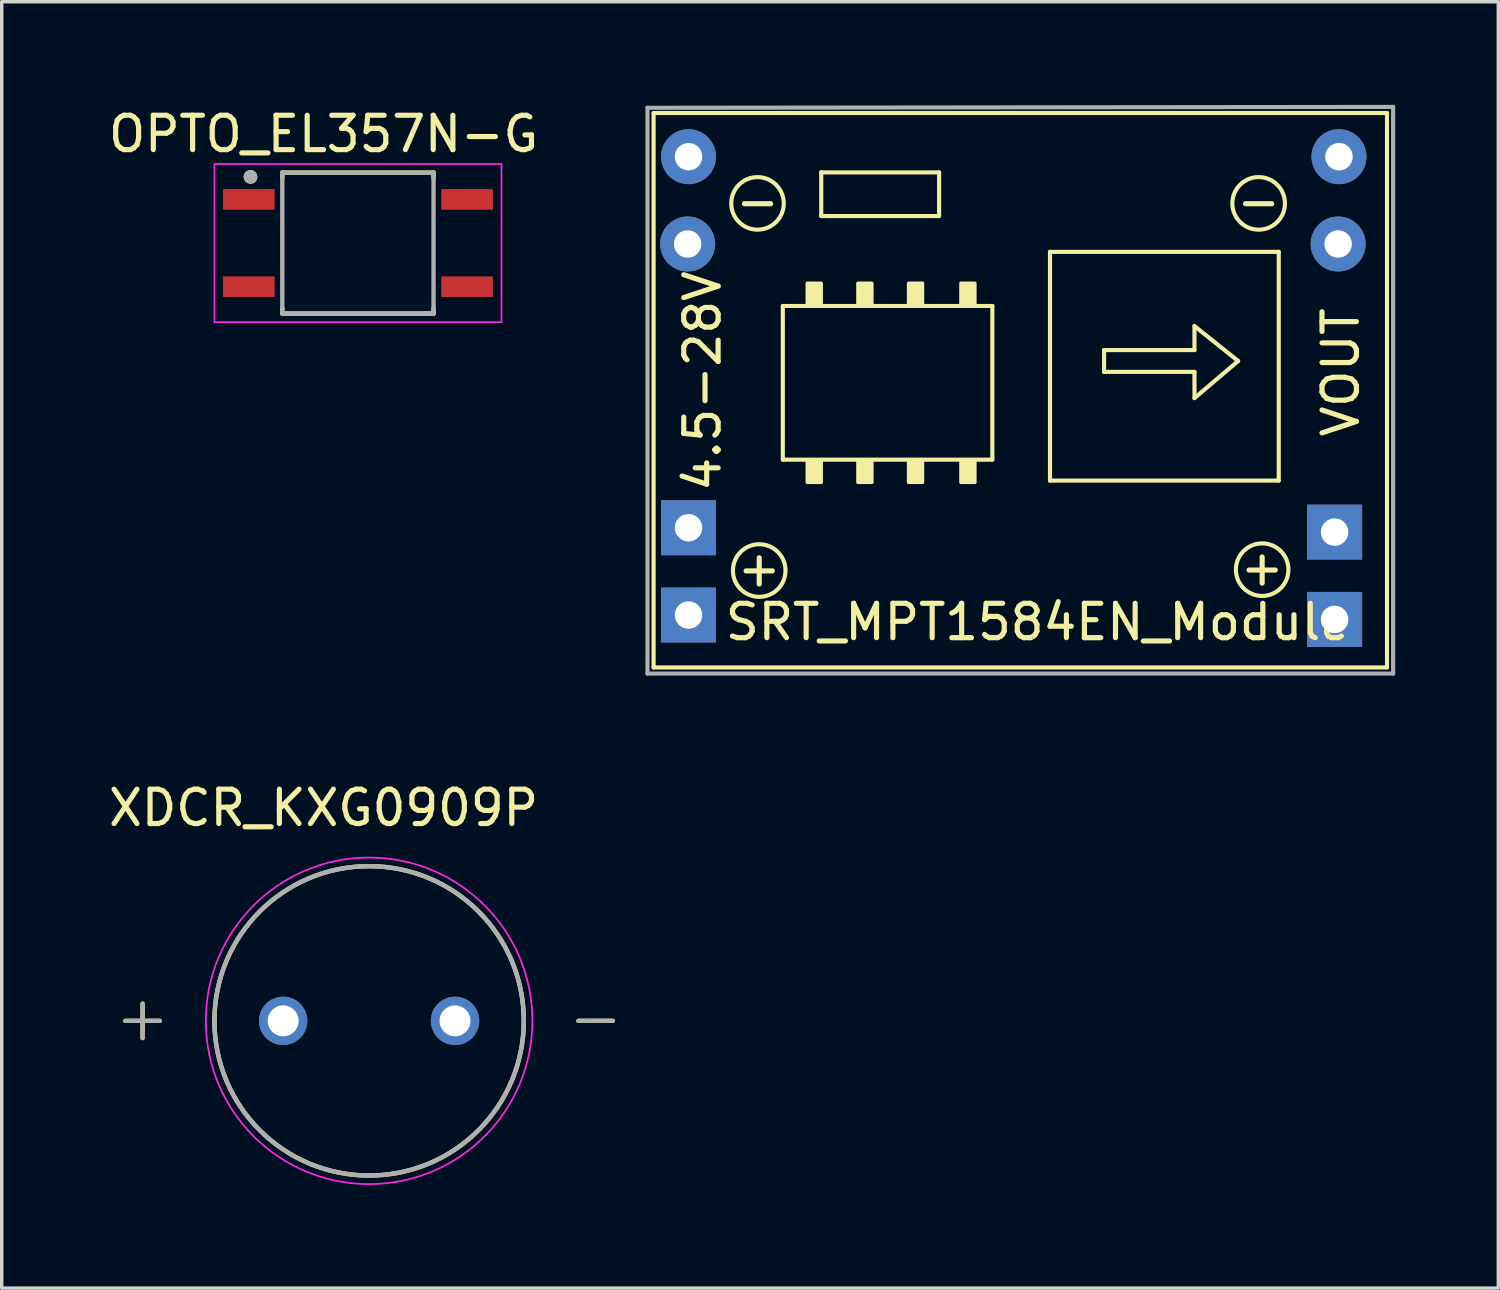
<source format=kicad_pcb>
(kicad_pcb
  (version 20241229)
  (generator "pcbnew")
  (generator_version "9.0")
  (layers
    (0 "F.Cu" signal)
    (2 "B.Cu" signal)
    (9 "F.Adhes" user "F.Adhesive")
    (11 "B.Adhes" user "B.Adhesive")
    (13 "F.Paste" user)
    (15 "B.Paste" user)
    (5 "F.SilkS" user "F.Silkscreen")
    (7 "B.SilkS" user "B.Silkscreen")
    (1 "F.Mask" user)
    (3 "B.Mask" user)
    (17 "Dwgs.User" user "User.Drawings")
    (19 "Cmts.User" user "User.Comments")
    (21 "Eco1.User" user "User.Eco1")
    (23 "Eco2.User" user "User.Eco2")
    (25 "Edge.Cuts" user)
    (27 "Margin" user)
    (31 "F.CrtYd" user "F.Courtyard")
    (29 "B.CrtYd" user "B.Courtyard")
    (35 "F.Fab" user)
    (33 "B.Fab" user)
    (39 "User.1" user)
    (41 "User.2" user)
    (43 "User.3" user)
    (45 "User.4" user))
  (footprint "OPTO_EL357N-G"
    (layer "F.Cu")
    (at 7.363 4.021)
    (property "Reference" "OPTO_EL357N-G" (at -1 -3.173 0) (layer "F.SilkS") (effects (font (size 1 1) (thickness 0.15))))
    (attr through_hole)
    (fp_line (start -2.2 -2.05) (end 2.2 -2.05) (stroke (width 0.127) (type solid)) (layer "F.SilkS"))
    (fp_line (start -2.2 -1.89) (end -2.2 -2.05) (stroke (width 0.127) (type solid)) (layer "F.SilkS"))
    (fp_line (start -2.2 2.05) (end -2.2 1.89) (stroke (width 0.127) (type solid)) (layer "F.SilkS"))
    (fp_line (start 2.2 -2.05) (end 2.2 -1.89) (stroke (width 0.127) (type solid)) (layer "F.SilkS"))
    (fp_line (start 2.2 2.05) (end -2.2 2.05) (stroke (width 0.127) (type solid)) (layer "F.SilkS"))
    (fp_line (start 2.2 2.05) (end 2.2 1.89) (stroke (width 0.127) (type solid)) (layer "F.SilkS"))
    (fp_circle (center -3.125 -1.925) (end -3.025 -1.925) (stroke (width 0.2) (type solid)) (fill no) (layer "F.SilkS"))
    (fp_line (start -4.175 -2.3) (end -4.175 2.3) (stroke (width 0.05) (type solid)) (layer "F.CrtYd"))
    (fp_line (start -4.175 2.3) (end 4.175 2.3) (stroke (width 0.05) (type solid)) (layer "F.CrtYd"))
    (fp_line (start 4.175 -2.3) (end -4.175 -2.3) (stroke (width 0.05) (type solid)) (layer "F.CrtYd"))
    (fp_line (start 4.175 2.3) (end 4.175 -2.3) (stroke (width 0.05) (type solid)) (layer "F.CrtYd"))
    (fp_line (start -2.2 -2.05) (end 2.2 -2.05) (stroke (width 0.127) (type solid)) (layer "F.Fab"))
    (fp_line (start -2.2 2.05) (end -2.2 -2.05) (stroke (width 0.127) (type solid)) (layer "F.Fab"))
    (fp_line (start 2.2 -2.05) (end 2.2 2.05) (stroke (width 0.127) (type solid)) (layer "F.Fab"))
    (fp_line (start 2.2 2.05) (end -2.2 2.05) (stroke (width 0.127) (type solid)) (layer "F.Fab"))
    (fp_circle (center -3.125 -1.925) (end -3.025 -1.925) (stroke (width 0.2) (type solid)) (fill no) (layer "F.Fab"))
    (pad "1" smd rect (at -3.175 -1.27) (size 1.5 0.6) (layers "F.Cu" "F.Mask" "F.Paste"))
    (pad "2" smd rect (at -3.175 1.27) (size 1.5 0.6) (layers "F.Cu" "F.Mask" "F.Paste"))
    (pad "3" smd rect (at 3.175 1.27) (size 1.5 0.6) (layers "F.Cu" "F.Mask" "F.Paste"))
    (pad "4" smd rect (at 3.175 -1.27) (size 1.5 0.6) (layers "F.Cu" "F.Mask" "F.Paste")))
  (footprint "SRT_MPT1584EN_Module"
    (layer "F.Cu")
    (at 27.14 7.731)
    (property "Reference" "SRT_MPT1584EN_Module" (at 0 7.315 180) (layer "F.SilkS") (effects (font (size 1 1) (thickness 0.15))))
    (attr through_hole)
    (fp_line (start -11.176 -7.493) (end -11.176 8.636) (stroke (width 0.12) (type solid)) (layer "F.SilkS"))
    (fp_line (start -11.176 8.636) (end 10.16 8.636) (stroke (width 0.12) (type solid)) (layer "F.SilkS"))
    (fp_line (start -7.417 -1.88) (end -1.321 -1.88) (stroke (width 0.12) (type solid)) (layer "F.SilkS"))
    (fp_line (start -7.417 2.591) (end -7.417 -1.88) (stroke (width 0.12) (type solid)) (layer "F.SilkS"))
    (fp_line (start -6.299 -5.766) (end -2.87 -5.766) (stroke (width 0.12) (type solid)) (layer "F.SilkS"))
    (fp_line (start -6.299 -4.496) (end -6.299 -5.766) (stroke (width 0.12) (type solid)) (layer "F.SilkS"))
    (fp_line (start -2.87 -5.766) (end -2.87 -4.496) (stroke (width 0.12) (type solid)) (layer "F.SilkS"))
    (fp_line (start -2.87 -4.496) (end -6.299 -4.496) (stroke (width 0.12) (type solid)) (layer "F.SilkS"))
    (fp_line (start -1.321 2.591) (end -7.417 2.591) (stroke (width 0.12) (type solid)) (layer "F.SilkS"))
    (fp_line (start -1.321 2.591) (end -1.321 -1.88) (stroke (width 0.12) (type solid)) (layer "F.SilkS"))
    (fp_line (start 0.356 -3.454) (end 0.356 3.2) (stroke (width 0.12) (type solid)) (layer "F.SilkS"))
    (fp_line (start 0.356 -3.454) (end 7.01 -3.454) (stroke (width 0.12) (type solid)) (layer "F.SilkS"))
    (fp_line (start 1.93 -0.597) (end 4.559 -0.597) (stroke (width 0.12) (type solid)) (layer "F.SilkS"))
    (fp_line (start 1.93 0.038) (end 1.93 -0.597) (stroke (width 0.12) (type solid)) (layer "F.SilkS"))
    (fp_line (start 1.93 0.038) (end 4.559 0.038) (stroke (width 0.12) (type solid)) (layer "F.SilkS"))
    (fp_line (start 4.559 -1.295) (end 5.829 -0.279) (stroke (width 0.12) (type solid)) (layer "F.SilkS"))
    (fp_line (start 4.559 -0.597) (end 4.559 -1.295) (stroke (width 0.12) (type solid)) (layer "F.SilkS"))
    (fp_line (start 4.559 0.8) (end 4.559 0.038) (stroke (width 0.12) (type solid)) (layer "F.SilkS"))
    (fp_line (start 5.829 -0.279) (end 4.559 0.8) (stroke (width 0.12) (type solid)) (layer "F.SilkS"))
    (fp_line (start 7.01 -3.454) (end 7.01 3.2) (stroke (width 0.12) (type solid)) (layer "F.SilkS"))
    (fp_line (start 7.01 3.2) (end 0.356 3.2) (stroke (width 0.12) (type solid)) (layer "F.SilkS"))
    (fp_line (start 10.16 -7.493) (end -11.176 -7.493) (stroke (width 0.12) (type solid)) (layer "F.SilkS"))
    (fp_line (start 10.16 8.636) (end 10.16 -7.493) (stroke (width 0.12) (type solid)) (layer "F.SilkS"))
    (fp_circle (center -8.153 -4.864) (end -7.582 -4.356) (stroke (width 0.12) (type solid)) (fill no) (layer "F.SilkS"))
    (fp_circle (center -8.103 5.817) (end -7.531 6.325) (stroke (width 0.12) (type solid)) (fill no) (layer "F.SilkS"))
    (fp_circle (center 6.426 -4.864) (end 6.998 -4.356) (stroke (width 0.12) (type solid)) (fill no) (layer "F.SilkS"))
    (fp_circle (center 6.528 5.791) (end 7.099 6.299) (stroke (width 0.12) (type solid)) (fill no) (layer "F.SilkS"))
    (fp_poly (pts (xy -6.706 -2.54) (xy -6.299 -2.54) (xy -6.299 -1.93) (xy -6.706 -1.93)) (stroke (width 0.1) (type solid)) (fill yes) (layer "F.SilkS"))
    (fp_poly (pts (xy -6.706 2.642) (xy -6.299 2.642) (xy -6.299 3.251) (xy -6.706 3.251)) (stroke (width 0.1) (type solid)) (fill yes) (layer "F.SilkS"))
    (fp_poly (pts (xy -5.232 -2.54) (xy -4.826 -2.54) (xy -4.826 -1.93) (xy -5.232 -1.93)) (stroke (width 0.1) (type solid)) (fill yes) (layer "F.SilkS"))
    (fp_poly (pts (xy -5.232 2.642) (xy -4.826 2.642) (xy -4.826 3.251) (xy -5.232 3.251)) (stroke (width 0.1) (type solid)) (fill yes) (layer "F.SilkS"))
    (fp_poly (pts (xy -3.759 -2.54) (xy -3.353 -2.54) (xy -3.353 -1.93) (xy -3.759 -1.93)) (stroke (width 0.1) (type solid)) (fill yes) (layer "F.SilkS"))
    (fp_poly (pts (xy -3.759 2.642) (xy -3.353 2.642) (xy -3.353 3.251) (xy -3.759 3.251)) (stroke (width 0.1) (type solid)) (fill yes) (layer "F.SilkS"))
    (fp_poly (pts (xy -2.235 -2.54) (xy -1.829 -2.54) (xy -1.829 -1.93) (xy -2.235 -1.93)) (stroke (width 0.1) (type solid)) (fill yes) (layer "F.SilkS"))
    (fp_poly (pts (xy -2.235 2.642) (xy -1.829 2.642) (xy -1.829 3.251) (xy -2.235 3.251)) (stroke (width 0.1) (type solid)) (fill yes) (layer "F.SilkS"))
    (fp_line (start -11.354 -7.645) (end -11.354 8.814) (stroke (width 0.12) (type solid)) (layer "F.Fab"))
    (fp_line (start -11.354 -7.645) (end 10.338 -7.671) (stroke (width 0.12) (type solid)) (layer "F.Fab"))
    (fp_line (start -11.354 8.814) (end 10.338 8.814) (stroke (width 0.12) (type solid)) (layer "F.Fab"))
    (fp_line (start 10.338 -7.671) (end 10.338 8.814) (stroke (width 0.12) (type solid)) (layer "F.Fab"))
    (fp_text user "VOUT" (at 8.814 0.051 270) (layer "F.SilkS") (effects (font (size 1 1) (thickness 0.15))))
    (fp_text user "-" (at 6.426 -4.928 0) (layer "F.SilkS") (effects (font (size 1 1) (thickness 0.15))))
    (fp_text user "4.5-28V" (at -9.754 0.305 270) (layer "F.SilkS") (effects (font (size 1 1) (thickness 0.15))))
    (fp_text user "-" (at -8.153 -4.928 0) (layer "F.SilkS") (effects (font (size 1 1) (thickness 0.15))))
    (fp_text user "+" (at 6.528 5.728 0) (layer "F.SilkS") (effects (font (size 1 1) (thickness 0.15))))
    (fp_text user "+" (at -8.103 5.753 0) (layer "F.SilkS") (effects (font (size 1 1) (thickness 0.15))))
    (pad "1" thru_hole rect (at -10.16 4.572 90) (size 1.6 1.6) (drill 0.8) (layers "*.Cu" "B.Mask"))
    (pad "1" thru_hole rect (at -10.16 7.112 90) (size 1.6 1.6) (drill 0.8) (layers "*.Cu" "B.Mask"))
    (pad "2" thru_hole oval (at -10.185 -3.683 90) (size 1.6 1.6) (drill 0.8) (layers "*.Cu" "B.Mask"))
    (pad "2" thru_hole oval (at -10.16 -6.223 90) (size 1.6 1.6) (drill 0.8) (layers "*.Cu" "B.Mask"))
    (pad "3" thru_hole rect (at 8.636 4.699 90) (size 1.6 1.6) (drill 0.8) (layers "*.Cu" "B.Mask"))
    (pad "3" thru_hole rect (at 8.636 7.239 90) (size 1.6 1.6) (drill 0.8) (layers "*.Cu" "B.Mask"))
    (pad "4" thru_hole oval (at 8.738 -3.683 90) (size 1.6 1.6) (drill 0.8) (layers "*.Cu" "B.Mask"))
    (pad "4" thru_hole oval (at 8.763 -6.223 90) (size 1.6 1.6) (drill 0.8) (layers "*.Cu" "B.Mask")))
  (footprint "XDCR_KXG0909P"
    (layer "F.Cu")
    (at 7.688 26.648)
    (property "Reference" "XDCR_KXG0909P" (at -1.325 -6.195 0) (layer "F.SilkS") (effects (font (size 1 1) (thickness 0.15))))
    (attr through_hole)
    (fp_line (start -7.09 0) (end -6.09 0) (stroke (width 0.127) (type solid)) (layer "F.SilkS"))
    (fp_line (start -6.59 -0.5) (end -6.59 0.5) (stroke (width 0.127) (type solid)) (layer "F.SilkS"))
    (fp_line (start 6.09 0) (end 7.09 0) (stroke (width 0.127) (type solid)) (layer "F.SilkS"))
    (fp_circle (center 0 0) (end 4.5 0) (stroke (width 0.127) (type solid)) (fill no) (layer "F.SilkS"))
    (fp_circle (center 0 0) (end 4.75 0) (stroke (width 0.05) (type solid)) (fill no) (layer "F.CrtYd"))
    (fp_line (start -7.09 0) (end -6.09 0) (stroke (width 0.127) (type solid)) (layer "F.Fab"))
    (fp_line (start -6.59 -0.5) (end -6.59 0.5) (stroke (width 0.127) (type solid)) (layer "F.Fab"))
    (fp_line (start 6.09 0) (end 7.09 0) (stroke (width 0.127) (type solid)) (layer "F.Fab"))
    (fp_circle (center 0 0) (end 4.5 0) (stroke (width 0.127) (type solid)) (fill no) (layer "F.Fab"))
    (pad "1" thru_hole circle (at -2.5 0) (size 1.408 1.408) (drill 0.9) (layers "*.Cu" "*.Mask"))
    (pad "2" thru_hole circle (at 2.5 0) (size 1.408 1.408) (drill 0.9) (layers "*.Cu" "*.Mask")))
  (gr_rect
    (start -3 -3)
    (end 40.538 34.423)
    (stroke (width 0.1) (type default))
    (fill no)
    (layer "Edge.Cuts")))
</source>
